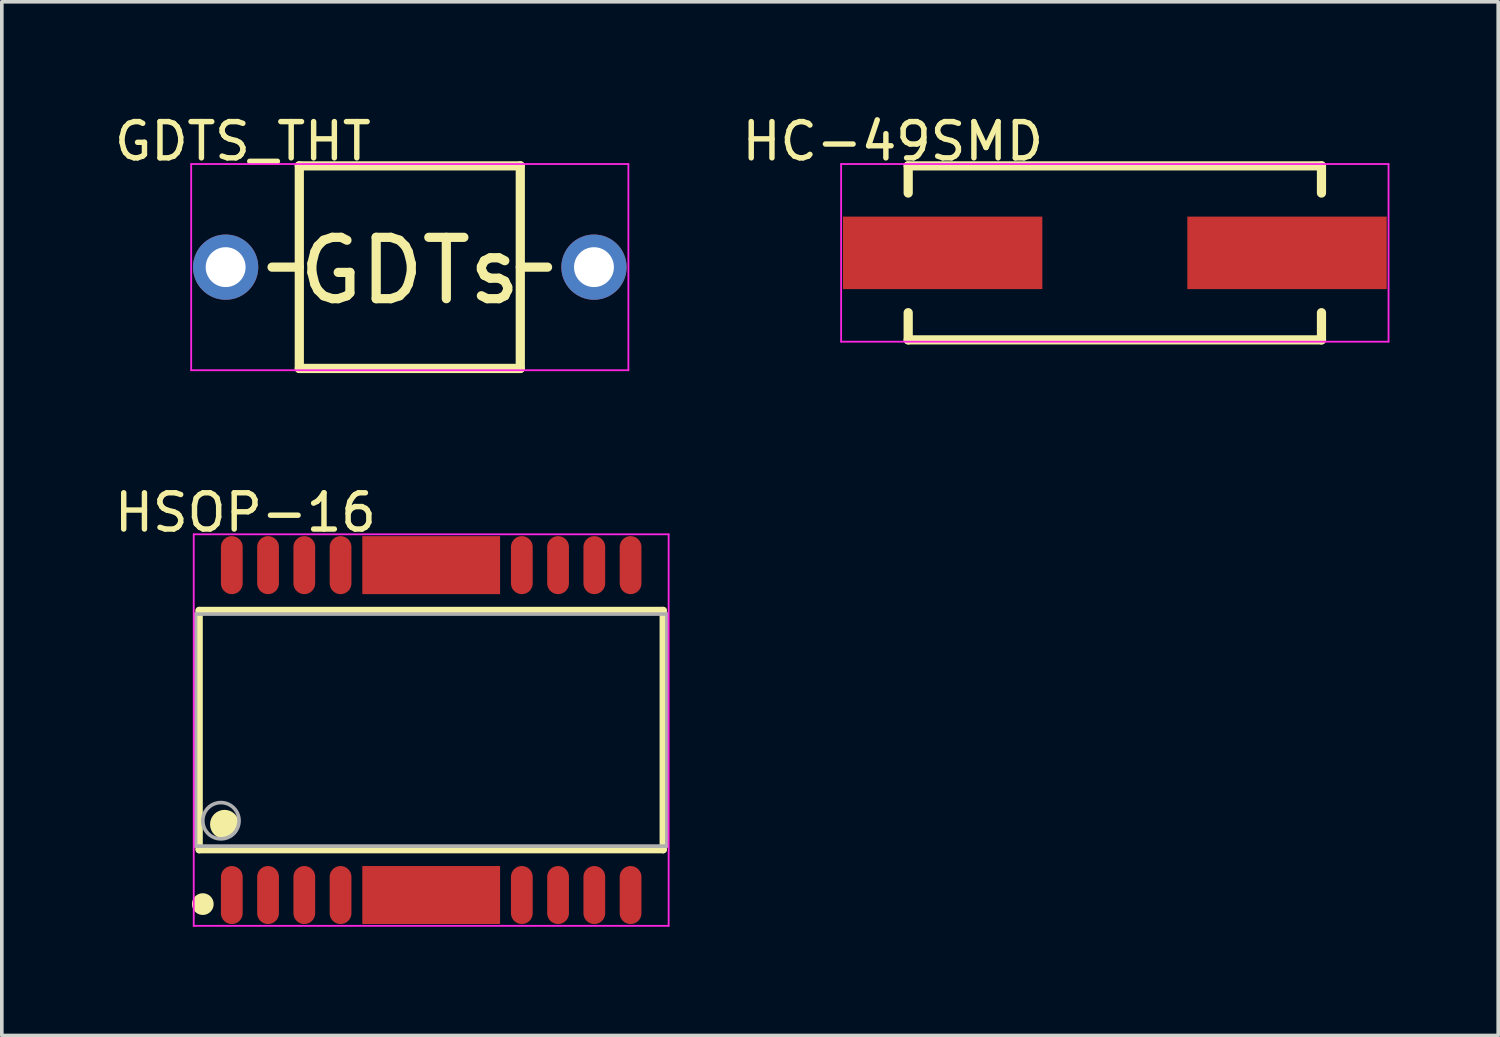
<source format=kicad_pcb>
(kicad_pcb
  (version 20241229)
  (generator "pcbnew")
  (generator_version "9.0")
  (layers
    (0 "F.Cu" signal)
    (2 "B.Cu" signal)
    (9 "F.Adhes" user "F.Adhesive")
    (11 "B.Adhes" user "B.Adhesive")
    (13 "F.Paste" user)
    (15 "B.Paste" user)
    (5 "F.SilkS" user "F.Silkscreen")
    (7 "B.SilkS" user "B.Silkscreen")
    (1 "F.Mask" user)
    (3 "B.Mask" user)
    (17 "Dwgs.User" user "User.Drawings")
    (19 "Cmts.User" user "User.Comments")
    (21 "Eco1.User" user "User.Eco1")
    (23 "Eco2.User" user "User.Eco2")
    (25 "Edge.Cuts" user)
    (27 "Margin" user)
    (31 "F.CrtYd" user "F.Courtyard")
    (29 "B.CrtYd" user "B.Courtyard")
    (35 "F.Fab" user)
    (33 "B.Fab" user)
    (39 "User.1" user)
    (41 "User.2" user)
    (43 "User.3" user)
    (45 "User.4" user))
  (footprint "HSOP-16"
    (layer "F.Cu")
    (at 8.844 17.089)
    (property "Reference" "HSOP-16" (at -5.124 -6.001 0) (layer "F.SilkS") (effects (font (size 1 1) (thickness 0.15))))
    (attr through_hole)
    (fp_line (start -6.4 -3.3) (end 6.4 -3.3) (stroke (width 0.2) (type solid)) (layer "F.SilkS"))
    (fp_line (start -6.4 3.3) (end -6.4 -3.3) (stroke (width 0.2) (type solid)) (layer "F.SilkS"))
    (fp_line (start -6.4 3.3) (end 6.4 3.3) (stroke (width 0.2) (type solid)) (layer "F.SilkS"))
    (fp_line (start 6.4 3.3) (end 6.4 -3.3) (stroke (width 0.2) (type solid)) (layer "F.SilkS"))
    (fp_circle (center -6.3 4.8) (end -6.15 4.8) (stroke (width 0.3) (type solid)) (fill no) (layer "F.SilkS"))
    (fp_circle (center -5.7 2.6) (end -5.5 2.6) (stroke (width 0.4) (type solid)) (fill no) (layer "F.SilkS"))
    (fp_line (start -6.55 -5.4) (end 6.55 -5.4) (stroke (width 0.05) (type solid)) (layer "F.CrtYd"))
    (fp_line (start -6.55 5.4) (end -6.55 -5.4) (stroke (width 0.05) (type solid)) (layer "F.CrtYd"))
    (fp_line (start 6.55 -5.4) (end 6.55 5.4) (stroke (width 0.05) (type solid)) (layer "F.CrtYd"))
    (fp_line (start 6.55 5.4) (end -6.55 5.4) (stroke (width 0.05) (type solid)) (layer "F.CrtYd"))
    (fp_line (start -6.5 -3.2) (end 6.5 -3.2) (stroke (width 0.1) (type solid)) (layer "F.Fab"))
    (fp_line (start -6.5 3.2) (end -6.5 -3.2) (stroke (width 0.1) (type solid)) (layer "F.Fab"))
    (fp_line (start -6.5 3.2) (end 6.5 3.2) (stroke (width 0.1) (type solid)) (layer "F.Fab"))
    (fp_line (start 6.5 3.2) (end 6.5 -3.2) (stroke (width 0.1) (type solid)) (layer "F.Fab"))
    (fp_circle (center -5.8 2.5) (end -5.3 2.5) (stroke (width 0.1) (type solid)) (fill no) (layer "F.Fab"))
    (pad "0" smd rect (at 0 -4.55 180) (size 3.8 1.6) (layers "F.Cu" "F.Mask" "F.Paste"))
    (pad "0" smd rect (at 0 4.55 180) (size 3.8 1.6) (layers "F.Cu" "F.Mask" "F.Paste"))
    (pad "1" smd oval (at -5.5 4.55 180) (size 0.6 1.6) (layers "F.Cu" "F.Mask" "F.Paste"))
    (pad "2" smd oval (at -4.5 4.55 180) (size 0.6 1.6) (layers "F.Cu" "F.Mask" "F.Paste"))
    (pad "3" smd oval (at -3.5 4.55 180) (size 0.6 1.6) (layers "F.Cu" "F.Mask" "F.Paste"))
    (pad "4" smd oval (at -2.5 4.55 180) (size 0.6 1.6) (layers "F.Cu" "F.Mask" "F.Paste"))
    (pad "5" smd oval (at 2.5 4.55 180) (size 0.6 1.6) (layers "F.Cu" "F.Mask" "F.Paste"))
    (pad "6" smd oval (at 3.5 4.55 180) (size 0.6 1.6) (layers "F.Cu" "F.Mask" "F.Paste"))
    (pad "7" smd oval (at 4.5 4.55 180) (size 0.6 1.6) (layers "F.Cu" "F.Mask" "F.Paste"))
    (pad "8" smd oval (at 5.5 4.55 180) (size 0.6 1.6) (layers "F.Cu" "F.Mask" "F.Paste"))
    (pad "9" smd oval (at 5.5 -4.55 180) (size 0.6 1.6) (layers "F.Cu" "F.Mask" "F.Paste"))
    (pad "10" smd oval (at 4.5 -4.55 180) (size 0.6 1.6) (layers "F.Cu" "F.Mask" "F.Paste"))
    (pad "11" smd oval (at 3.5 -4.55 180) (size 0.6 1.6) (layers "F.Cu" "F.Mask" "F.Paste"))
    (pad "12" smd oval (at 2.5 -4.55 180) (size 0.6 1.6) (layers "F.Cu" "F.Mask" "F.Paste"))
    (pad "13" smd oval (at -2.5 -4.55 180) (size 0.6 1.6) (layers "F.Cu" "F.Mask" "F.Paste"))
    (pad "14" smd oval (at -3.5 -4.55 180) (size 0.6 1.6) (layers "F.Cu" "F.Mask" "F.Paste"))
    (pad "15" smd oval (at -4.5 -4.55 180) (size 0.6 1.6) (layers "F.Cu" "F.Mask" "F.Paste"))
    (pad "16" smd oval (at -5.5 -4.55 180) (size 0.6 1.6) (layers "F.Cu" "F.Mask" "F.Paste")))
  (footprint "GDTS_THT"
    (layer "F.Cu")
    (at 8.254 4.319)
    (property "Reference" "GDTS_THT" (at -4.605 -3.47 0) (layer "F.SilkS") (effects (font (size 1 1) (thickness 0.15))))
    (attr through_hole)
    (fp_line (start -3.8 0) (end -3.048 0) (stroke (width 0.254) (type solid)) (layer "F.SilkS"))
    (fp_line (start -3.048 -2.794) (end 3.048 -2.794) (stroke (width 0.254) (type solid)) (layer "F.SilkS"))
    (fp_line (start -3.048 2.794) (end -3.048 -2.794) (stroke (width 0.254) (type solid)) (layer "F.SilkS"))
    (fp_line (start -3.048 2.794) (end 3.048 2.794) (stroke (width 0.254) (type solid)) (layer "F.SilkS"))
    (fp_line (start 3.048 0) (end 3.8 0) (stroke (width 0.254) (type solid)) (layer "F.SilkS"))
    (fp_line (start 3.048 2.794) (end 3.048 -2.794) (stroke (width 0.254) (type solid)) (layer "F.SilkS"))
    (fp_line (start -6.03 -2.844) (end 6.03 -2.844) (stroke (width 0.05) (type solid)) (layer "F.CrtYd"))
    (fp_line (start -6.03 2.844) (end -6.03 -2.844) (stroke (width 0.05) (type solid)) (layer "F.CrtYd"))
    (fp_line (start 6.03 -2.844) (end 6.03 2.844) (stroke (width 0.05) (type solid)) (layer "F.CrtYd"))
    (fp_line (start 6.03 2.844) (end -6.03 2.844) (stroke (width 0.05) (type solid)) (layer "F.CrtYd"))
    (fp_text user "GDTs" (at 0 0.1 0) (layer "F.SilkS") (effects (font (size 1.693 1.693) (thickness 0.254))))
    (pad "1" thru_hole oval (at -5.08 0) (size 1.8 1.8) (drill 1.1) (layers "*.Cu" "*.Mask"))
    (pad "2" thru_hole oval (at 5.08 0) (size 1.8 1.8) (drill 1.1) (layers "*.Cu" "*.Mask")))
  (footprint "HC-49SMD"
    (layer "F.Cu")
    (at 27.702 3.925)
    (property "Reference" "HC-49SMD" (at -6.125 -3.076 0) (layer "F.SilkS") (effects (font (size 1 1) (thickness 0.15))))
    (attr through_hole)
    (fp_line (start -5.7 -2.4) (end 5.7 -2.4) (stroke (width 0.254) (type solid)) (layer "F.SilkS"))
    (fp_line (start -5.7 -1.65) (end -5.7 -2.4) (stroke (width 0.254) (type solid)) (layer "F.SilkS"))
    (fp_line (start -5.7 2.4) (end -5.7 1.65) (stroke (width 0.254) (type solid)) (layer "F.SilkS"))
    (fp_line (start -5.7 2.4) (end 5.7 2.4) (stroke (width 0.254) (type solid)) (layer "F.SilkS"))
    (fp_line (start 5.7 -1.65) (end 5.7 -2.4) (stroke (width 0.254) (type solid)) (layer "F.SilkS"))
    (fp_line (start 5.7 2.4) (end 5.7 1.65) (stroke (width 0.254) (type solid)) (layer "F.SilkS"))
    (fp_line (start -7.55 -2.45) (end 7.55 -2.45) (stroke (width 0.05) (type solid)) (layer "F.CrtYd"))
    (fp_line (start -7.55 2.45) (end -7.55 -2.45) (stroke (width 0.05) (type solid)) (layer "F.CrtYd"))
    (fp_line (start 7.55 -2.45) (end 7.55 2.45) (stroke (width 0.05) (type solid)) (layer "F.CrtYd"))
    (fp_line (start 7.55 2.45) (end -7.55 2.45) (stroke (width 0.05) (type solid)) (layer "F.CrtYd"))
    (pad "1" smd rect (at -4.75 0) (size 5.5 2) (layers "F.Cu" "F.Mask" "F.Paste"))
    (pad "2" smd rect (at 4.75 0) (size 5.5 2) (layers "F.Cu" "F.Mask" "F.Paste")))
  (gr_rect
    (start -3 -3)
    (end 38.277 25.514)
    (stroke (width 0.1) (type default))
    (fill no)
    (layer "Edge.Cuts")))
</source>
